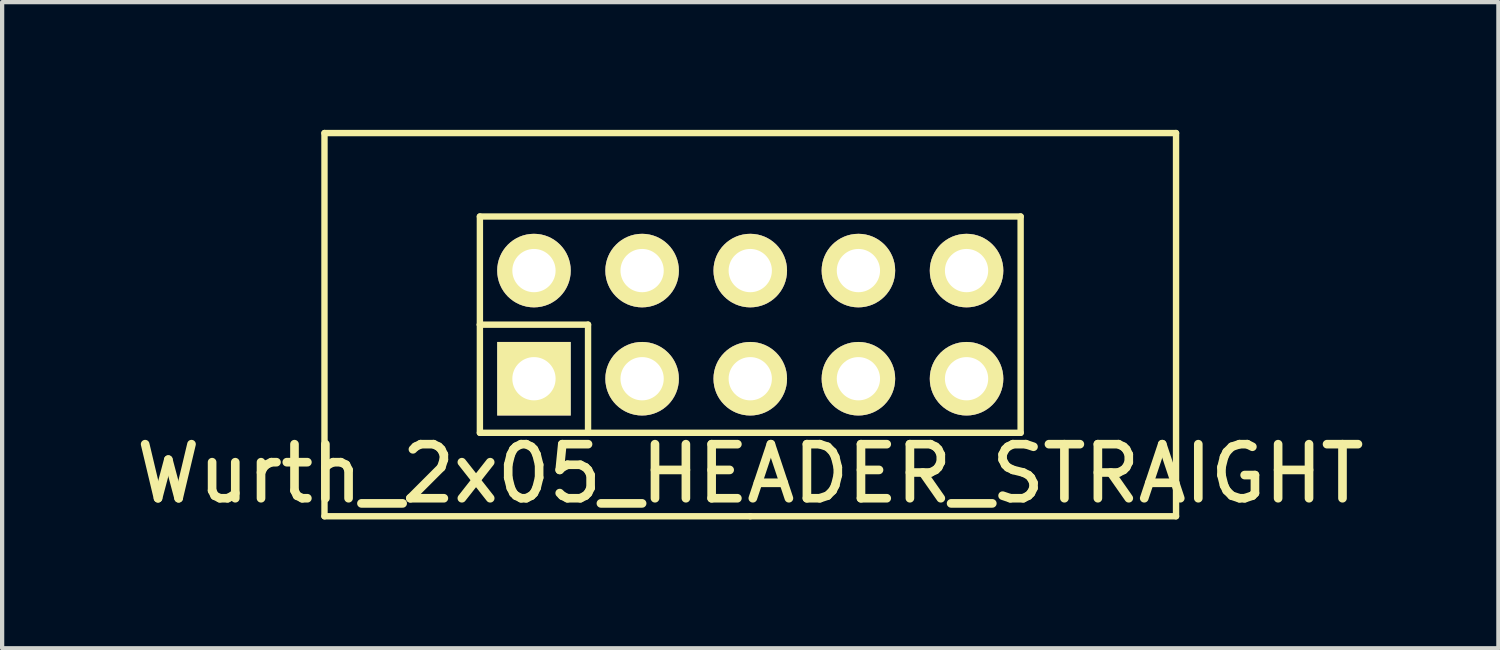
<source format=kicad_pcb>
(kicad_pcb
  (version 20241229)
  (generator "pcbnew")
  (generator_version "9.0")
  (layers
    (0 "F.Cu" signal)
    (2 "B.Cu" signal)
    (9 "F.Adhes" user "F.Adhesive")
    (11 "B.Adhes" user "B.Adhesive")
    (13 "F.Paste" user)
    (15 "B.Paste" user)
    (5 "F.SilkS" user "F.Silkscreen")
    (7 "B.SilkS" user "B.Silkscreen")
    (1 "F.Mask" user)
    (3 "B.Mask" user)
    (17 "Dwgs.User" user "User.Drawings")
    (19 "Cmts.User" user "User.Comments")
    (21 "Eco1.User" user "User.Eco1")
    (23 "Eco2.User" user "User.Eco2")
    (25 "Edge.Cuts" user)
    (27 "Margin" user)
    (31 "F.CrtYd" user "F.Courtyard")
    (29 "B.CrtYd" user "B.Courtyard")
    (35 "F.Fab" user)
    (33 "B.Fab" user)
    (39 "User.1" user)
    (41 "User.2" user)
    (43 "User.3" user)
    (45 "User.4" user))
  (footprint "Wurth_2x05_HEADER_STRAIGHT"
    (layer "F.Cu")
    (at 14.571 4.575)
    (property "Reference" "Wurth_2x05_HEADER_STRAIGHT" (at 0 3.5 0) (layer "F.SilkS") (effects (font (size 1.27 1.27) (thickness 0.203))))
    (attr through_hole)
    (fp_line (start -10 -4.5) (end 10 -4.5) (stroke (width 0.15) (type solid)) (layer "F.SilkS"))
    (fp_line (start -10 4.5) (end -10 -4.5) (stroke (width 0.15) (type solid)) (layer "F.SilkS"))
    (fp_line (start -6.35 -2.54) (end -6.35 0) (stroke (width 0.15) (type solid)) (layer "F.SilkS"))
    (fp_line (start -6.35 -2.54) (end 6.35 -2.54) (stroke (width 0.15) (type solid)) (layer "F.SilkS"))
    (fp_line (start -6.35 0) (end -3.81 0) (stroke (width 0.15) (type solid)) (layer "F.SilkS"))
    (fp_line (start -6.35 2.54) (end -6.35 0) (stroke (width 0.15) (type solid)) (layer "F.SilkS"))
    (fp_line (start -6.35 2.54) (end -3.81 2.54) (stroke (width 0.15) (type solid)) (layer "F.SilkS"))
    (fp_line (start -3.81 0) (end -3.81 2.54) (stroke (width 0.15) (type solid)) (layer "F.SilkS"))
    (fp_line (start 0 4.5) (end -10 4.5) (stroke (width 0.15) (type solid)) (layer "F.SilkS"))
    (fp_line (start 6.35 -2.54) (end 6.35 2.54) (stroke (width 0.15) (type solid)) (layer "F.SilkS"))
    (fp_line (start 6.35 2.54) (end -3.81 2.54) (stroke (width 0.15) (type solid)) (layer "F.SilkS"))
    (fp_line (start 10 -4.5) (end 10 4.5) (stroke (width 0.15) (type solid)) (layer "F.SilkS"))
    (fp_line (start 10 4.5) (end 0 4.5) (stroke (width 0.15) (type solid)) (layer "F.SilkS"))
    (pad "1" thru_hole rect (at -5.08 1.27) (size 1.727 1.727) (drill 1.016) (layers "*.Cu" "*.Mask" "F.SilkS"))
    (pad "2" thru_hole oval (at -5.08 -1.27) (size 1.727 1.727) (drill 1.016) (layers "*.Cu" "*.Mask" "F.SilkS"))
    (pad "3" thru_hole oval (at -2.54 1.27) (size 1.727 1.727) (drill 1.016) (layers "*.Cu" "*.Mask" "F.SilkS"))
    (pad "4" thru_hole oval (at -2.54 -1.27) (size 1.727 1.727) (drill 1.016) (layers "*.Cu" "*.Mask" "F.SilkS"))
    (pad "5" thru_hole oval (at 0 1.27) (size 1.727 1.727) (drill 1.016) (layers "*.Cu" "*.Mask" "F.SilkS"))
    (pad "6" thru_hole oval (at 0 -1.27) (size 1.727 1.727) (drill 1.016) (layers "*.Cu" "*.Mask" "F.SilkS"))
    (pad "7" thru_hole oval (at 2.54 1.27) (size 1.727 1.727) (drill 1.016) (layers "*.Cu" "*.Mask" "F.SilkS"))
    (pad "8" thru_hole oval (at 2.54 -1.27) (size 1.727 1.727) (drill 1.016) (layers "*.Cu" "*.Mask" "F.SilkS"))
    (pad "9" thru_hole oval (at 5.08 1.27) (size 1.727 1.727) (drill 1.016) (layers "*.Cu" "*.Mask" "F.SilkS"))
    (pad "10" thru_hole oval (at 5.08 -1.27) (size 1.727 1.727) (drill 1.016) (layers "*.Cu" "*.Mask" "F.SilkS")))
  (gr_rect
    (start -3 -3)
    (end 32.142 12.175)
    (stroke (width 0.1) (type default))
    (fill no)
    (layer "Edge.Cuts")))
</source>
